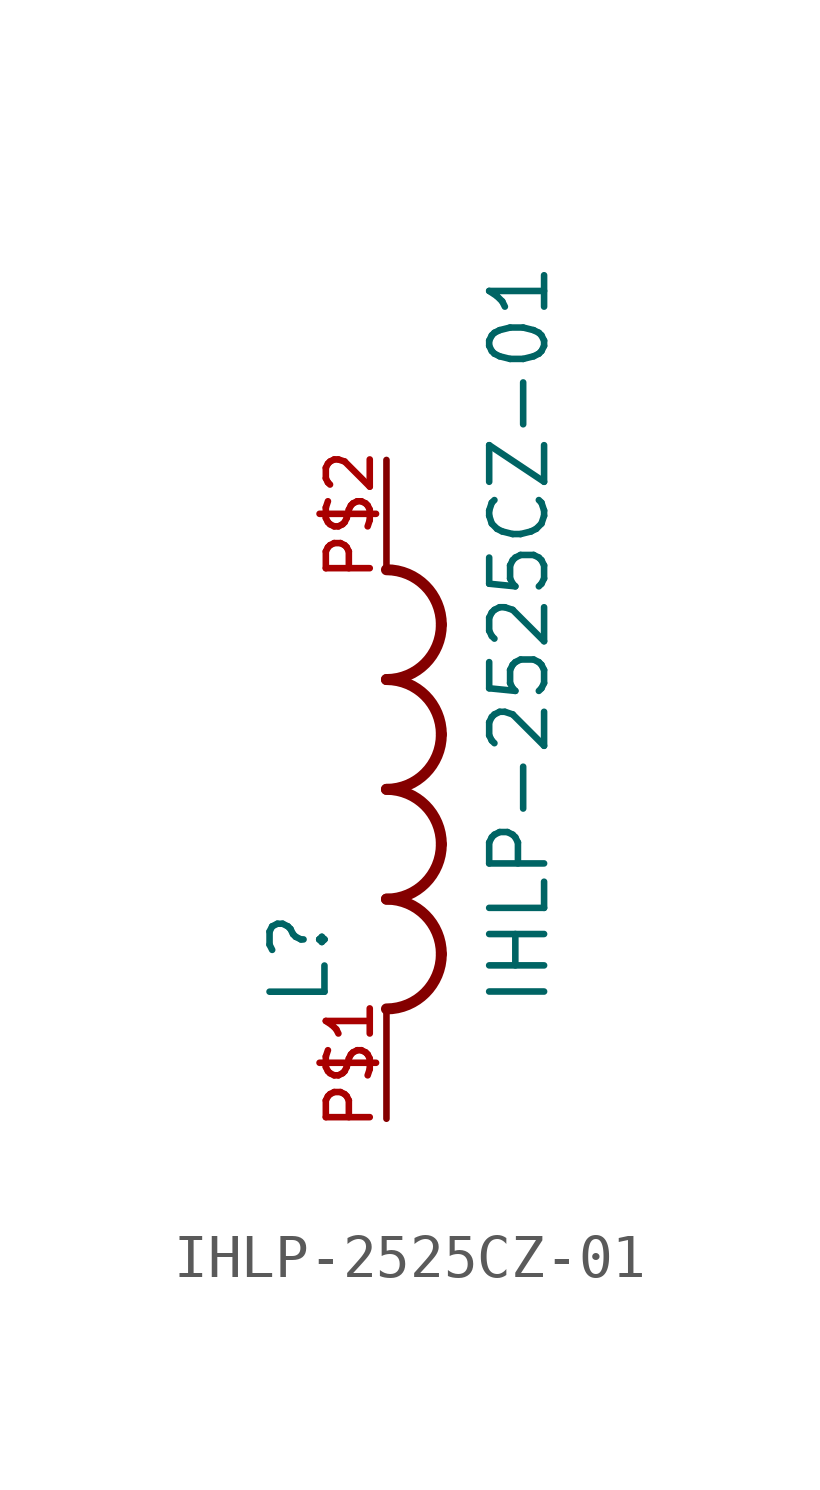
<source format=kicad_sym>
(kicad_symbol_lib
  (version 20211014)
  (generator kicad_symbol_editor)
  (symbol "IHLP-2525CZ-01"
    (pin_names
      (offset 1.016))
    (property "Reference" "L"
      (at -1.271 -5.084 90.0)
      (effects (font (size 1.27 1.27)) (justify bottom left)))
    (property "Value" "IHLP-2525CZ-01"
      (at 3.81 -5.08 90.0)
      (effects (font (size 1.27 1.27)) (justify bottom left)))
    (symbol "IHLP-2525CZ-01_0_0"
      (arc (start 1.27 3.81) (mid 0.898 4.708) (end 0.0 5.08) (stroke (width 0.254) (type default) (color 0 0 0 0)) (fill (type none)))
      (arc (start 1.27 3.81) (mid 0.898 2.912) (end 0.0 2.54) (stroke (width 0.254) (type default) (color 0 0 0 0)) (fill (type none)))
      (arc (start 1.27 1.27) (mid 0.898 2.168) (end 0.0 2.54) (stroke (width 0.254) (type default) (color 0 0 0 0)) (fill (type none)))
      (arc (start 1.27 1.27) (mid 0.898 0.372) (end 0.0 0.0) (stroke (width 0.254) (type default) (color 0 0 0 0)) (fill (type none)))
      (arc (start 1.27 -1.27) (mid 0.898 -0.372) (end 0.0 0.0) (stroke (width 0.254) (type default) (color 0 0 0 0)) (fill (type none)))
      (arc (start 1.27 -1.27) (mid 0.898 -2.168) (end 0.0 -2.54) (stroke (width 0.254) (type default) (color 0 0 0 0)) (fill (type none)))
      (arc (start 1.27 -3.81) (mid 0.898 -2.912) (end 0.0 -2.54) (stroke (width 0.254) (type default) (color 0 0 0 0)) (fill (type none)))
      (arc (start 1.27 -3.81) (mid 0.898 -4.708) (end 0.0 -5.08) (stroke (width 0.254) (type default) (color 0 0 0 0)) (fill (type none)))
      (pin passive line (at 0.0 -7.62 90.0) (length 2.54) (name "~" (effects (font (size 1.016 1.016)))) (number "P$1" (effects (font (size 1.016 1.016)))))
      (pin passive line (at 0.0 7.62 270.0) (length 2.54) (name "~" (effects (font (size 1.016 1.016)))) (number "P$2" (effects (font (size 1.016 1.016))))))))
</source>
